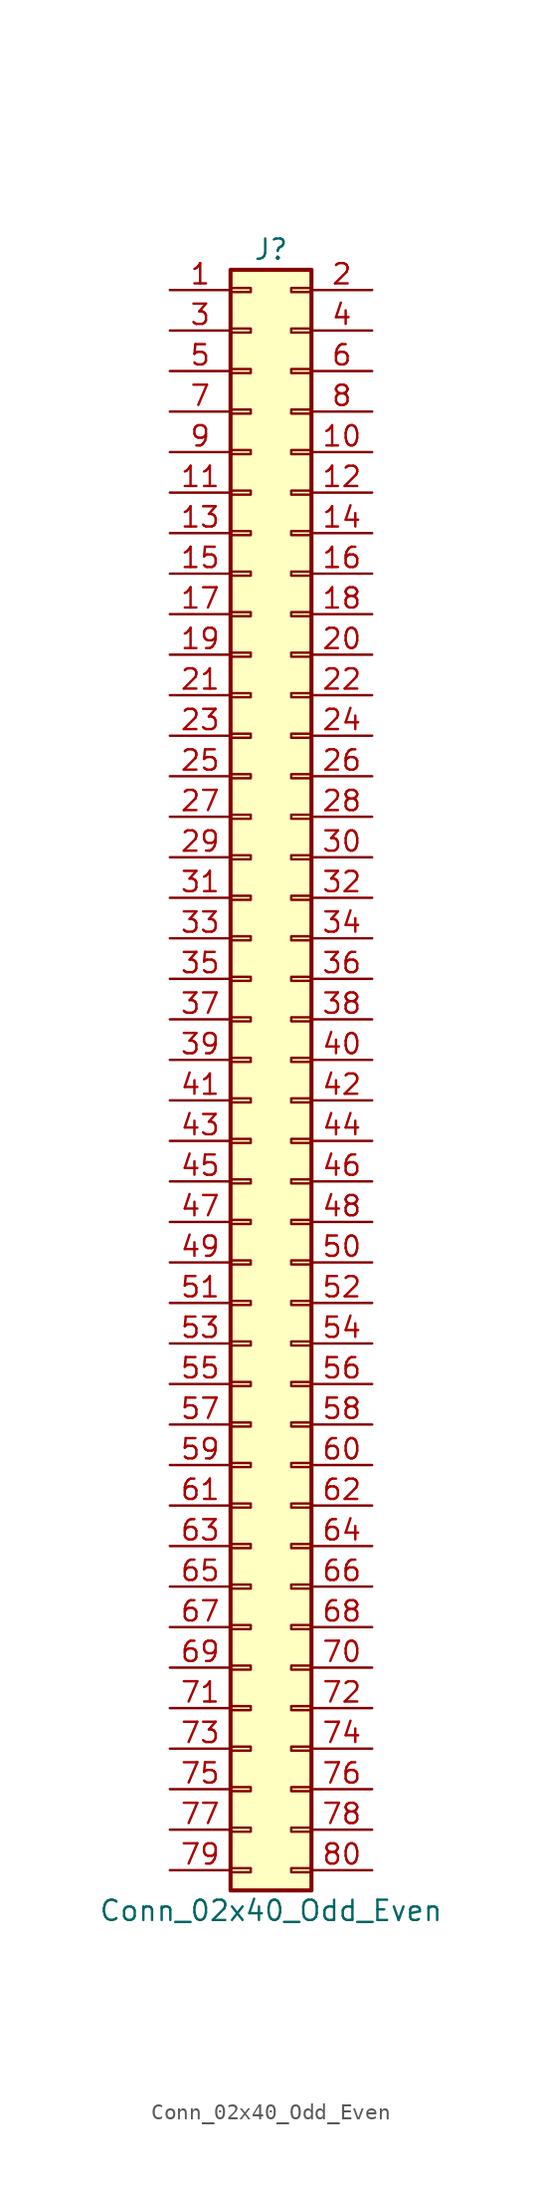
<source format=kicad_sym>
(kicad_symbol_lib
  (version 20211014)
  (generator kicad_symbol_editor)
  (symbol "Conn_02x40_Odd_Even"
    (pin_names
      (offset 1.016) hide)
    (property "Reference" "J"
      (at 1.27 50.8 0)
      (effects (font (size 1.27 1.27))))
    (property "Value" "Conn_02x40_Odd_Even"
      (at 1.27 -53.34 0)
      (effects (font (size 1.27 1.27))))
    (symbol "Conn_02x40_Odd_Even_1_1"
      (rectangle (start -1.27 -50.673) (end 0 -50.927) (stroke (width 0.152) (type default) (color 0 0 0 0)) (fill (type none)))
      (rectangle (start -1.27 -48.133) (end 0 -48.387) (stroke (width 0.152) (type default) (color 0 0 0 0)) (fill (type none)))
      (rectangle (start -1.27 -45.593) (end 0 -45.847) (stroke (width 0.152) (type default) (color 0 0 0 0)) (fill (type none)))
      (rectangle (start -1.27 -43.053) (end 0 -43.307) (stroke (width 0.152) (type default) (color 0 0 0 0)) (fill (type none)))
      (rectangle (start -1.27 -40.513) (end 0 -40.767) (stroke (width 0.152) (type default) (color 0 0 0 0)) (fill (type none)))
      (rectangle (start -1.27 -37.973) (end 0 -38.227) (stroke (width 0.152) (type default) (color 0 0 0 0)) (fill (type none)))
      (rectangle (start -1.27 -35.433) (end 0 -35.687) (stroke (width 0.152) (type default) (color 0 0 0 0)) (fill (type none)))
      (rectangle (start -1.27 -32.893) (end 0 -33.147) (stroke (width 0.152) (type default) (color 0 0 0 0)) (fill (type none)))
      (rectangle (start -1.27 -30.353) (end 0 -30.607) (stroke (width 0.152) (type default) (color 0 0 0 0)) (fill (type none)))
      (rectangle (start -1.27 -27.813) (end 0 -28.067) (stroke (width 0.152) (type default) (color 0 0 0 0)) (fill (type none)))
      (rectangle (start -1.27 -25.273) (end 0 -25.527) (stroke (width 0.152) (type default) (color 0 0 0 0)) (fill (type none)))
      (rectangle (start -1.27 -22.733) (end 0 -22.987) (stroke (width 0.152) (type default) (color 0 0 0 0)) (fill (type none)))
      (rectangle (start -1.27 -20.193) (end 0 -20.447) (stroke (width 0.152) (type default) (color 0 0 0 0)) (fill (type none)))
      (rectangle (start -1.27 -17.653) (end 0 -17.907) (stroke (width 0.152) (type default) (color 0 0 0 0)) (fill (type none)))
      (rectangle (start -1.27 -15.113) (end 0 -15.367) (stroke (width 0.152) (type default) (color 0 0 0 0)) (fill (type none)))
      (rectangle (start -1.27 -12.573) (end 0 -12.827) (stroke (width 0.152) (type default) (color 0 0 0 0)) (fill (type none)))
      (rectangle (start -1.27 -10.033) (end 0 -10.287) (stroke (width 0.152) (type default) (color 0 0 0 0)) (fill (type none)))
      (rectangle (start -1.27 -7.493) (end 0 -7.747) (stroke (width 0.152) (type default) (color 0 0 0 0)) (fill (type none)))
      (rectangle (start -1.27 -4.953) (end 0 -5.207) (stroke (width 0.152) (type default) (color 0 0 0 0)) (fill (type none)))
      (rectangle (start -1.27 -2.413) (end 0 -2.667) (stroke (width 0.152) (type default) (color 0 0 0 0)) (fill (type none)))
      (rectangle (start -1.27 0.127) (end 0 -0.127) (stroke (width 0.152) (type default) (color 0 0 0 0)) (fill (type none)))
      (rectangle (start -1.27 2.667) (end 0 2.413) (stroke (width 0.152) (type default) (color 0 0 0 0)) (fill (type none)))
      (rectangle (start -1.27 5.207) (end 0 4.953) (stroke (width 0.152) (type default) (color 0 0 0 0)) (fill (type none)))
      (rectangle (start -1.27 7.747) (end 0 7.493) (stroke (width 0.152) (type default) (color 0 0 0 0)) (fill (type none)))
      (rectangle (start -1.27 10.287) (end 0 10.033) (stroke (width 0.152) (type default) (color 0 0 0 0)) (fill (type none)))
      (rectangle (start -1.27 12.827) (end 0 12.573) (stroke (width 0.152) (type default) (color 0 0 0 0)) (fill (type none)))
      (rectangle (start -1.27 15.367) (end 0 15.113) (stroke (width 0.152) (type default) (color 0 0 0 0)) (fill (type none)))
      (rectangle (start -1.27 17.907) (end 0 17.653) (stroke (width 0.152) (type default) (color 0 0 0 0)) (fill (type none)))
      (rectangle (start -1.27 20.447) (end 0 20.193) (stroke (width 0.152) (type default) (color 0 0 0 0)) (fill (type none)))
      (rectangle (start -1.27 22.987) (end 0 22.733) (stroke (width 0.152) (type default) (color 0 0 0 0)) (fill (type none)))
      (rectangle (start -1.27 25.527) (end 0 25.273) (stroke (width 0.152) (type default) (color 0 0 0 0)) (fill (type none)))
      (rectangle (start -1.27 28.067) (end 0 27.813) (stroke (width 0.152) (type default) (color 0 0 0 0)) (fill (type none)))
      (rectangle (start -1.27 30.607) (end 0 30.353) (stroke (width 0.152) (type default) (color 0 0 0 0)) (fill (type none)))
      (rectangle (start -1.27 33.147) (end 0 32.893) (stroke (width 0.152) (type default) (color 0 0 0 0)) (fill (type none)))
      (rectangle (start -1.27 35.687) (end 0 35.433) (stroke (width 0.152) (type default) (color 0 0 0 0)) (fill (type none)))
      (rectangle (start -1.27 38.227) (end 0 37.973) (stroke (width 0.152) (type default) (color 0 0 0 0)) (fill (type none)))
      (rectangle (start -1.27 40.767) (end 0 40.513) (stroke (width 0.152) (type default) (color 0 0 0 0)) (fill (type none)))
      (rectangle (start -1.27 43.307) (end 0 43.053) (stroke (width 0.152) (type default) (color 0 0 0 0)) (fill (type none)))
      (rectangle (start -1.27 45.847) (end 0 45.593) (stroke (width 0.152) (type default) (color 0 0 0 0)) (fill (type none)))
      (rectangle (start -1.27 48.387) (end 0 48.133) (stroke (width 0.152) (type default) (color 0 0 0 0)) (fill (type none)))
      (rectangle (start -1.27 49.53) (end 3.81 -52.07) (stroke (width 0.254) (type default) (color 0 0 0 0)) (fill (type background)))
      (rectangle (start 3.81 -50.673) (end 2.54 -50.927) (stroke (width 0.152) (type default) (color 0 0 0 0)) (fill (type none)))
      (rectangle (start 3.81 -48.133) (end 2.54 -48.387) (stroke (width 0.152) (type default) (color 0 0 0 0)) (fill (type none)))
      (rectangle (start 3.81 -45.593) (end 2.54 -45.847) (stroke (width 0.152) (type default) (color 0 0 0 0)) (fill (type none)))
      (rectangle (start 3.81 -43.053) (end 2.54 -43.307) (stroke (width 0.152) (type default) (color 0 0 0 0)) (fill (type none)))
      (rectangle (start 3.81 -40.513) (end 2.54 -40.767) (stroke (width 0.152) (type default) (color 0 0 0 0)) (fill (type none)))
      (rectangle (start 3.81 -37.973) (end 2.54 -38.227) (stroke (width 0.152) (type default) (color 0 0 0 0)) (fill (type none)))
      (rectangle (start 3.81 -35.433) (end 2.54 -35.687) (stroke (width 0.152) (type default) (color 0 0 0 0)) (fill (type none)))
      (rectangle (start 3.81 -32.893) (end 2.54 -33.147) (stroke (width 0.152) (type default) (color 0 0 0 0)) (fill (type none)))
      (rectangle (start 3.81 -30.353) (end 2.54 -30.607) (stroke (width 0.152) (type default) (color 0 0 0 0)) (fill (type none)))
      (rectangle (start 3.81 -27.813) (end 2.54 -28.067) (stroke (width 0.152) (type default) (color 0 0 0 0)) (fill (type none)))
      (rectangle (start 3.81 -25.273) (end 2.54 -25.527) (stroke (width 0.152) (type default) (color 0 0 0 0)) (fill (type none)))
      (rectangle (start 3.81 -22.733) (end 2.54 -22.987) (stroke (width 0.152) (type default) (color 0 0 0 0)) (fill (type none)))
      (rectangle (start 3.81 -20.193) (end 2.54 -20.447) (stroke (width 0.152) (type default) (color 0 0 0 0)) (fill (type none)))
      (rectangle (start 3.81 -17.653) (end 2.54 -17.907) (stroke (width 0.152) (type default) (color 0 0 0 0)) (fill (type none)))
      (rectangle (start 3.81 -15.113) (end 2.54 -15.367) (stroke (width 0.152) (type default) (color 0 0 0 0)) (fill (type none)))
      (rectangle (start 3.81 -12.573) (end 2.54 -12.827) (stroke (width 0.152) (type default) (color 0 0 0 0)) (fill (type none)))
      (rectangle (start 3.81 -10.033) (end 2.54 -10.287) (stroke (width 0.152) (type default) (color 0 0 0 0)) (fill (type none)))
      (rectangle (start 3.81 -7.493) (end 2.54 -7.747) (stroke (width 0.152) (type default) (color 0 0 0 0)) (fill (type none)))
      (rectangle (start 3.81 -4.953) (end 2.54 -5.207) (stroke (width 0.152) (type default) (color 0 0 0 0)) (fill (type none)))
      (rectangle (start 3.81 -2.413) (end 2.54 -2.667) (stroke (width 0.152) (type default) (color 0 0 0 0)) (fill (type none)))
      (rectangle (start 3.81 0.127) (end 2.54 -0.127) (stroke (width 0.152) (type default) (color 0 0 0 0)) (fill (type none)))
      (rectangle (start 3.81 2.667) (end 2.54 2.413) (stroke (width 0.152) (type default) (color 0 0 0 0)) (fill (type none)))
      (rectangle (start 3.81 5.207) (end 2.54 4.953) (stroke (width 0.152) (type default) (color 0 0 0 0)) (fill (type none)))
      (rectangle (start 3.81 7.747) (end 2.54 7.493) (stroke (width 0.152) (type default) (color 0 0 0 0)) (fill (type none)))
      (rectangle (start 3.81 10.287) (end 2.54 10.033) (stroke (width 0.152) (type default) (color 0 0 0 0)) (fill (type none)))
      (rectangle (start 3.81 12.827) (end 2.54 12.573) (stroke (width 0.152) (type default) (color 0 0 0 0)) (fill (type none)))
      (rectangle (start 3.81 15.367) (end 2.54 15.113) (stroke (width 0.152) (type default) (color 0 0 0 0)) (fill (type none)))
      (rectangle (start 3.81 17.907) (end 2.54 17.653) (stroke (width 0.152) (type default) (color 0 0 0 0)) (fill (type none)))
      (rectangle (start 3.81 20.447) (end 2.54 20.193) (stroke (width 0.152) (type default) (color 0 0 0 0)) (fill (type none)))
      (rectangle (start 3.81 22.987) (end 2.54 22.733) (stroke (width 0.152) (type default) (color 0 0 0 0)) (fill (type none)))
      (rectangle (start 3.81 25.527) (end 2.54 25.273) (stroke (width 0.152) (type default) (color 0 0 0 0)) (fill (type none)))
      (rectangle (start 3.81 28.067) (end 2.54 27.813) (stroke (width 0.152) (type default) (color 0 0 0 0)) (fill (type none)))
      (rectangle (start 3.81 30.607) (end 2.54 30.353) (stroke (width 0.152) (type default) (color 0 0 0 0)) (fill (type none)))
      (rectangle (start 3.81 33.147) (end 2.54 32.893) (stroke (width 0.152) (type default) (color 0 0 0 0)) (fill (type none)))
      (rectangle (start 3.81 35.687) (end 2.54 35.433) (stroke (width 0.152) (type default) (color 0 0 0 0)) (fill (type none)))
      (rectangle (start 3.81 38.227) (end 2.54 37.973) (stroke (width 0.152) (type default) (color 0 0 0 0)) (fill (type none)))
      (rectangle (start 3.81 40.767) (end 2.54 40.513) (stroke (width 0.152) (type default) (color 0 0 0 0)) (fill (type none)))
      (rectangle (start 3.81 43.307) (end 2.54 43.053) (stroke (width 0.152) (type default) (color 0 0 0 0)) (fill (type none)))
      (rectangle (start 3.81 45.847) (end 2.54 45.593) (stroke (width 0.152) (type default) (color 0 0 0 0)) (fill (type none)))
      (rectangle (start 3.81 48.387) (end 2.54 48.133) (stroke (width 0.152) (type default) (color 0 0 0 0)) (fill (type none)))
      (pin passive line (at -5.08 48.26 0) (length 3.81) (name "Pin_1" (effects (font (size 1.27 1.27)))) (number "1" (effects (font (size 1.27 1.27)))))
      (pin passive line (at 7.62 38.1 180) (length 3.81) (name "Pin_10" (effects (font (size 1.27 1.27)))) (number "10" (effects (font (size 1.27 1.27)))))
      (pin passive line (at -5.08 35.56 0) (length 3.81) (name "Pin_11" (effects (font (size 1.27 1.27)))) (number "11" (effects (font (size 1.27 1.27)))))
      (pin passive line (at 7.62 35.56 180) (length 3.81) (name "Pin_12" (effects (font (size 1.27 1.27)))) (number "12" (effects (font (size 1.27 1.27)))))
      (pin passive line (at -5.08 33.02 0) (length 3.81) (name "Pin_13" (effects (font (size 1.27 1.27)))) (number "13" (effects (font (size 1.27 1.27)))))
      (pin passive line (at 7.62 33.02 180) (length 3.81) (name "Pin_14" (effects (font (size 1.27 1.27)))) (number "14" (effects (font (size 1.27 1.27)))))
      (pin passive line (at -5.08 30.48 0) (length 3.81) (name "Pin_15" (effects (font (size 1.27 1.27)))) (number "15" (effects (font (size 1.27 1.27)))))
      (pin passive line (at 7.62 30.48 180) (length 3.81) (name "Pin_16" (effects (font (size 1.27 1.27)))) (number "16" (effects (font (size 1.27 1.27)))))
      (pin passive line (at -5.08 27.94 0) (length 3.81) (name "Pin_17" (effects (font (size 1.27 1.27)))) (number "17" (effects (font (size 1.27 1.27)))))
      (pin passive line (at 7.62 27.94 180) (length 3.81) (name "Pin_18" (effects (font (size 1.27 1.27)))) (number "18" (effects (font (size 1.27 1.27)))))
      (pin passive line (at -5.08 25.4 0) (length 3.81) (name "Pin_19" (effects (font (size 1.27 1.27)))) (number "19" (effects (font (size 1.27 1.27)))))
      (pin passive line (at 7.62 48.26 180) (length 3.81) (name "Pin_2" (effects (font (size 1.27 1.27)))) (number "2" (effects (font (size 1.27 1.27)))))
      (pin passive line (at 7.62 25.4 180) (length 3.81) (name "Pin_20" (effects (font (size 1.27 1.27)))) (number "20" (effects (font (size 1.27 1.27)))))
      (pin passive line (at -5.08 22.86 0) (length 3.81) (name "Pin_21" (effects (font (size 1.27 1.27)))) (number "21" (effects (font (size 1.27 1.27)))))
      (pin passive line (at 7.62 22.86 180) (length 3.81) (name "Pin_22" (effects (font (size 1.27 1.27)))) (number "22" (effects (font (size 1.27 1.27)))))
      (pin passive line (at -5.08 20.32 0) (length 3.81) (name "Pin_23" (effects (font (size 1.27 1.27)))) (number "23" (effects (font (size 1.27 1.27)))))
      (pin passive line (at 7.62 20.32 180) (length 3.81) (name "Pin_24" (effects (font (size 1.27 1.27)))) (number "24" (effects (font (size 1.27 1.27)))))
      (pin passive line (at -5.08 17.78 0) (length 3.81) (name "Pin_25" (effects (font (size 1.27 1.27)))) (number "25" (effects (font (size 1.27 1.27)))))
      (pin passive line (at 7.62 17.78 180) (length 3.81) (name "Pin_26" (effects (font (size 1.27 1.27)))) (number "26" (effects (font (size 1.27 1.27)))))
      (pin passive line (at -5.08 15.24 0) (length 3.81) (name "Pin_27" (effects (font (size 1.27 1.27)))) (number "27" (effects (font (size 1.27 1.27)))))
      (pin passive line (at 7.62 15.24 180) (length 3.81) (name "Pin_28" (effects (font (size 1.27 1.27)))) (number "28" (effects (font (size 1.27 1.27)))))
      (pin passive line (at -5.08 12.7 0) (length 3.81) (name "Pin_29" (effects (font (size 1.27 1.27)))) (number "29" (effects (font (size 1.27 1.27)))))
      (pin passive line (at -5.08 45.72 0) (length 3.81) (name "Pin_3" (effects (font (size 1.27 1.27)))) (number "3" (effects (font (size 1.27 1.27)))))
      (pin passive line (at 7.62 12.7 180) (length 3.81) (name "Pin_30" (effects (font (size 1.27 1.27)))) (number "30" (effects (font (size 1.27 1.27)))))
      (pin passive line (at -5.08 10.16 0) (length 3.81) (name "Pin_31" (effects (font (size 1.27 1.27)))) (number "31" (effects (font (size 1.27 1.27)))))
      (pin passive line (at 7.62 10.16 180) (length 3.81) (name "Pin_32" (effects (font (size 1.27 1.27)))) (number "32" (effects (font (size 1.27 1.27)))))
      (pin passive line (at -5.08 7.62 0) (length 3.81) (name "Pin_33" (effects (font (size 1.27 1.27)))) (number "33" (effects (font (size 1.27 1.27)))))
      (pin passive line (at 7.62 7.62 180) (length 3.81) (name "Pin_34" (effects (font (size 1.27 1.27)))) (number "34" (effects (font (size 1.27 1.27)))))
      (pin passive line (at -5.08 5.08 0) (length 3.81) (name "Pin_35" (effects (font (size 1.27 1.27)))) (number "35" (effects (font (size 1.27 1.27)))))
      (pin passive line (at 7.62 5.08 180) (length 3.81) (name "Pin_36" (effects (font (size 1.27 1.27)))) (number "36" (effects (font (size 1.27 1.27)))))
      (pin passive line (at -5.08 2.54 0) (length 3.81) (name "Pin_37" (effects (font (size 1.27 1.27)))) (number "37" (effects (font (size 1.27 1.27)))))
      (pin passive line (at 7.62 2.54 180) (length 3.81) (name "Pin_38" (effects (font (size 1.27 1.27)))) (number "38" (effects (font (size 1.27 1.27)))))
      (pin passive line (at -5.08 0 0) (length 3.81) (name "Pin_39" (effects (font (size 1.27 1.27)))) (number "39" (effects (font (size 1.27 1.27)))))
      (pin passive line (at 7.62 45.72 180) (length 3.81) (name "Pin_4" (effects (font (size 1.27 1.27)))) (number "4" (effects (font (size 1.27 1.27)))))
      (pin passive line (at 7.62 0 180) (length 3.81) (name "Pin_40" (effects (font (size 1.27 1.27)))) (number "40" (effects (font (size 1.27 1.27)))))
      (pin passive line (at -5.08 -2.54 0) (length 3.81) (name "Pin_41" (effects (font (size 1.27 1.27)))) (number "41" (effects (font (size 1.27 1.27)))))
      (pin passive line (at 7.62 -2.54 180) (length 3.81) (name "Pin_42" (effects (font (size 1.27 1.27)))) (number "42" (effects (font (size 1.27 1.27)))))
      (pin passive line (at -5.08 -5.08 0) (length 3.81) (name "Pin_43" (effects (font (size 1.27 1.27)))) (number "43" (effects (font (size 1.27 1.27)))))
      (pin passive line (at 7.62 -5.08 180) (length 3.81) (name "Pin_44" (effects (font (size 1.27 1.27)))) (number "44" (effects (font (size 1.27 1.27)))))
      (pin passive line (at -5.08 -7.62 0) (length 3.81) (name "Pin_45" (effects (font (size 1.27 1.27)))) (number "45" (effects (font (size 1.27 1.27)))))
      (pin passive line (at 7.62 -7.62 180) (length 3.81) (name "Pin_46" (effects (font (size 1.27 1.27)))) (number "46" (effects (font (size 1.27 1.27)))))
      (pin passive line (at -5.08 -10.16 0) (length 3.81) (name "Pin_47" (effects (font (size 1.27 1.27)))) (number "47" (effects (font (size 1.27 1.27)))))
      (pin passive line (at 7.62 -10.16 180) (length 3.81) (name "Pin_48" (effects (font (size 1.27 1.27)))) (number "48" (effects (font (size 1.27 1.27)))))
      (pin passive line (at -5.08 -12.7 0) (length 3.81) (name "Pin_49" (effects (font (size 1.27 1.27)))) (number "49" (effects (font (size 1.27 1.27)))))
      (pin passive line (at -5.08 43.18 0) (length 3.81) (name "Pin_5" (effects (font (size 1.27 1.27)))) (number "5" (effects (font (size 1.27 1.27)))))
      (pin passive line (at 7.62 -12.7 180) (length 3.81) (name "Pin_50" (effects (font (size 1.27 1.27)))) (number "50" (effects (font (size 1.27 1.27)))))
      (pin passive line (at -5.08 -15.24 0) (length 3.81) (name "Pin_51" (effects (font (size 1.27 1.27)))) (number "51" (effects (font (size 1.27 1.27)))))
      (pin passive line (at 7.62 -15.24 180) (length 3.81) (name "Pin_52" (effects (font (size 1.27 1.27)))) (number "52" (effects (font (size 1.27 1.27)))))
      (pin passive line (at -5.08 -17.78 0) (length 3.81) (name "Pin_53" (effects (font (size 1.27 1.27)))) (number "53" (effects (font (size 1.27 1.27)))))
      (pin passive line (at 7.62 -17.78 180) (length 3.81) (name "Pin_54" (effects (font (size 1.27 1.27)))) (number "54" (effects (font (size 1.27 1.27)))))
      (pin passive line (at -5.08 -20.32 0) (length 3.81) (name "Pin_55" (effects (font (size 1.27 1.27)))) (number "55" (effects (font (size 1.27 1.27)))))
      (pin passive line (at 7.62 -20.32 180) (length 3.81) (name "Pin_56" (effects (font (size 1.27 1.27)))) (number "56" (effects (font (size 1.27 1.27)))))
      (pin passive line (at -5.08 -22.86 0) (length 3.81) (name "Pin_57" (effects (font (size 1.27 1.27)))) (number "57" (effects (font (size 1.27 1.27)))))
      (pin passive line (at 7.62 -22.86 180) (length 3.81) (name "Pin_58" (effects (font (size 1.27 1.27)))) (number "58" (effects (font (size 1.27 1.27)))))
      (pin passive line (at -5.08 -25.4 0) (length 3.81) (name "Pin_59" (effects (font (size 1.27 1.27)))) (number "59" (effects (font (size 1.27 1.27)))))
      (pin passive line (at 7.62 43.18 180) (length 3.81) (name "Pin_6" (effects (font (size 1.27 1.27)))) (number "6" (effects (font (size 1.27 1.27)))))
      (pin passive line (at 7.62 -25.4 180) (length 3.81) (name "Pin_60" (effects (font (size 1.27 1.27)))) (number "60" (effects (font (size 1.27 1.27)))))
      (pin passive line (at -5.08 -27.94 0) (length 3.81) (name "Pin_61" (effects (font (size 1.27 1.27)))) (number "61" (effects (font (size 1.27 1.27)))))
      (pin passive line (at 7.62 -27.94 180) (length 3.81) (name "Pin_62" (effects (font (size 1.27 1.27)))) (number "62" (effects (font (size 1.27 1.27)))))
      (pin passive line (at -5.08 -30.48 0) (length 3.81) (name "Pin_63" (effects (font (size 1.27 1.27)))) (number "63" (effects (font (size 1.27 1.27)))))
      (pin passive line (at 7.62 -30.48 180) (length 3.81) (name "Pin_64" (effects (font (size 1.27 1.27)))) (number "64" (effects (font (size 1.27 1.27)))))
      (pin passive line (at -5.08 -33.02 0) (length 3.81) (name "Pin_65" (effects (font (size 1.27 1.27)))) (number "65" (effects (font (size 1.27 1.27)))))
      (pin passive line (at 7.62 -33.02 180) (length 3.81) (name "Pin_66" (effects (font (size 1.27 1.27)))) (number "66" (effects (font (size 1.27 1.27)))))
      (pin passive line (at -5.08 -35.56 0) (length 3.81) (name "Pin_67" (effects (font (size 1.27 1.27)))) (number "67" (effects (font (size 1.27 1.27)))))
      (pin passive line (at 7.62 -35.56 180) (length 3.81) (name "Pin_68" (effects (font (size 1.27 1.27)))) (number "68" (effects (font (size 1.27 1.27)))))
      (pin passive line (at -5.08 -38.1 0) (length 3.81) (name "Pin_69" (effects (font (size 1.27 1.27)))) (number "69" (effects (font (size 1.27 1.27)))))
      (pin passive line (at -5.08 40.64 0) (length 3.81) (name "Pin_7" (effects (font (size 1.27 1.27)))) (number "7" (effects (font (size 1.27 1.27)))))
      (pin passive line (at 7.62 -38.1 180) (length 3.81) (name "Pin_70" (effects (font (size 1.27 1.27)))) (number "70" (effects (font (size 1.27 1.27)))))
      (pin passive line (at -5.08 -40.64 0) (length 3.81) (name "Pin_71" (effects (font (size 1.27 1.27)))) (number "71" (effects (font (size 1.27 1.27)))))
      (pin passive line (at 7.62 -40.64 180) (length 3.81) (name "Pin_72" (effects (font (size 1.27 1.27)))) (number "72" (effects (font (size 1.27 1.27)))))
      (pin passive line (at -5.08 -43.18 0) (length 3.81) (name "Pin_73" (effects (font (size 1.27 1.27)))) (number "73" (effects (font (size 1.27 1.27)))))
      (pin passive line (at 7.62 -43.18 180) (length 3.81) (name "Pin_74" (effects (font (size 1.27 1.27)))) (number "74" (effects (font (size 1.27 1.27)))))
      (pin passive line (at -5.08 -45.72 0) (length 3.81) (name "Pin_75" (effects (font (size 1.27 1.27)))) (number "75" (effects (font (size 1.27 1.27)))))
      (pin passive line (at 7.62 -45.72 180) (length 3.81) (name "Pin_76" (effects (font (size 1.27 1.27)))) (number "76" (effects (font (size 1.27 1.27)))))
      (pin passive line (at -5.08 -48.26 0) (length 3.81) (name "Pin_77" (effects (font (size 1.27 1.27)))) (number "77" (effects (font (size 1.27 1.27)))))
      (pin passive line (at 7.62 -48.26 180) (length 3.81) (name "Pin_78" (effects (font (size 1.27 1.27)))) (number "78" (effects (font (size 1.27 1.27)))))
      (pin passive line (at -5.08 -50.8 0) (length 3.81) (name "Pin_79" (effects (font (size 1.27 1.27)))) (number "79" (effects (font (size 1.27 1.27)))))
      (pin passive line (at 7.62 40.64 180) (length 3.81) (name "Pin_8" (effects (font (size 1.27 1.27)))) (number "8" (effects (font (size 1.27 1.27)))))
      (pin passive line (at 7.62 -50.8 180) (length 3.81) (name "Pin_80" (effects (font (size 1.27 1.27)))) (number "80" (effects (font (size 1.27 1.27)))))
      (pin passive line (at -5.08 38.1 0) (length 3.81) (name "Pin_9" (effects (font (size 1.27 1.27)))) (number "9" (effects (font (size 1.27 1.27))))))))
</source>
